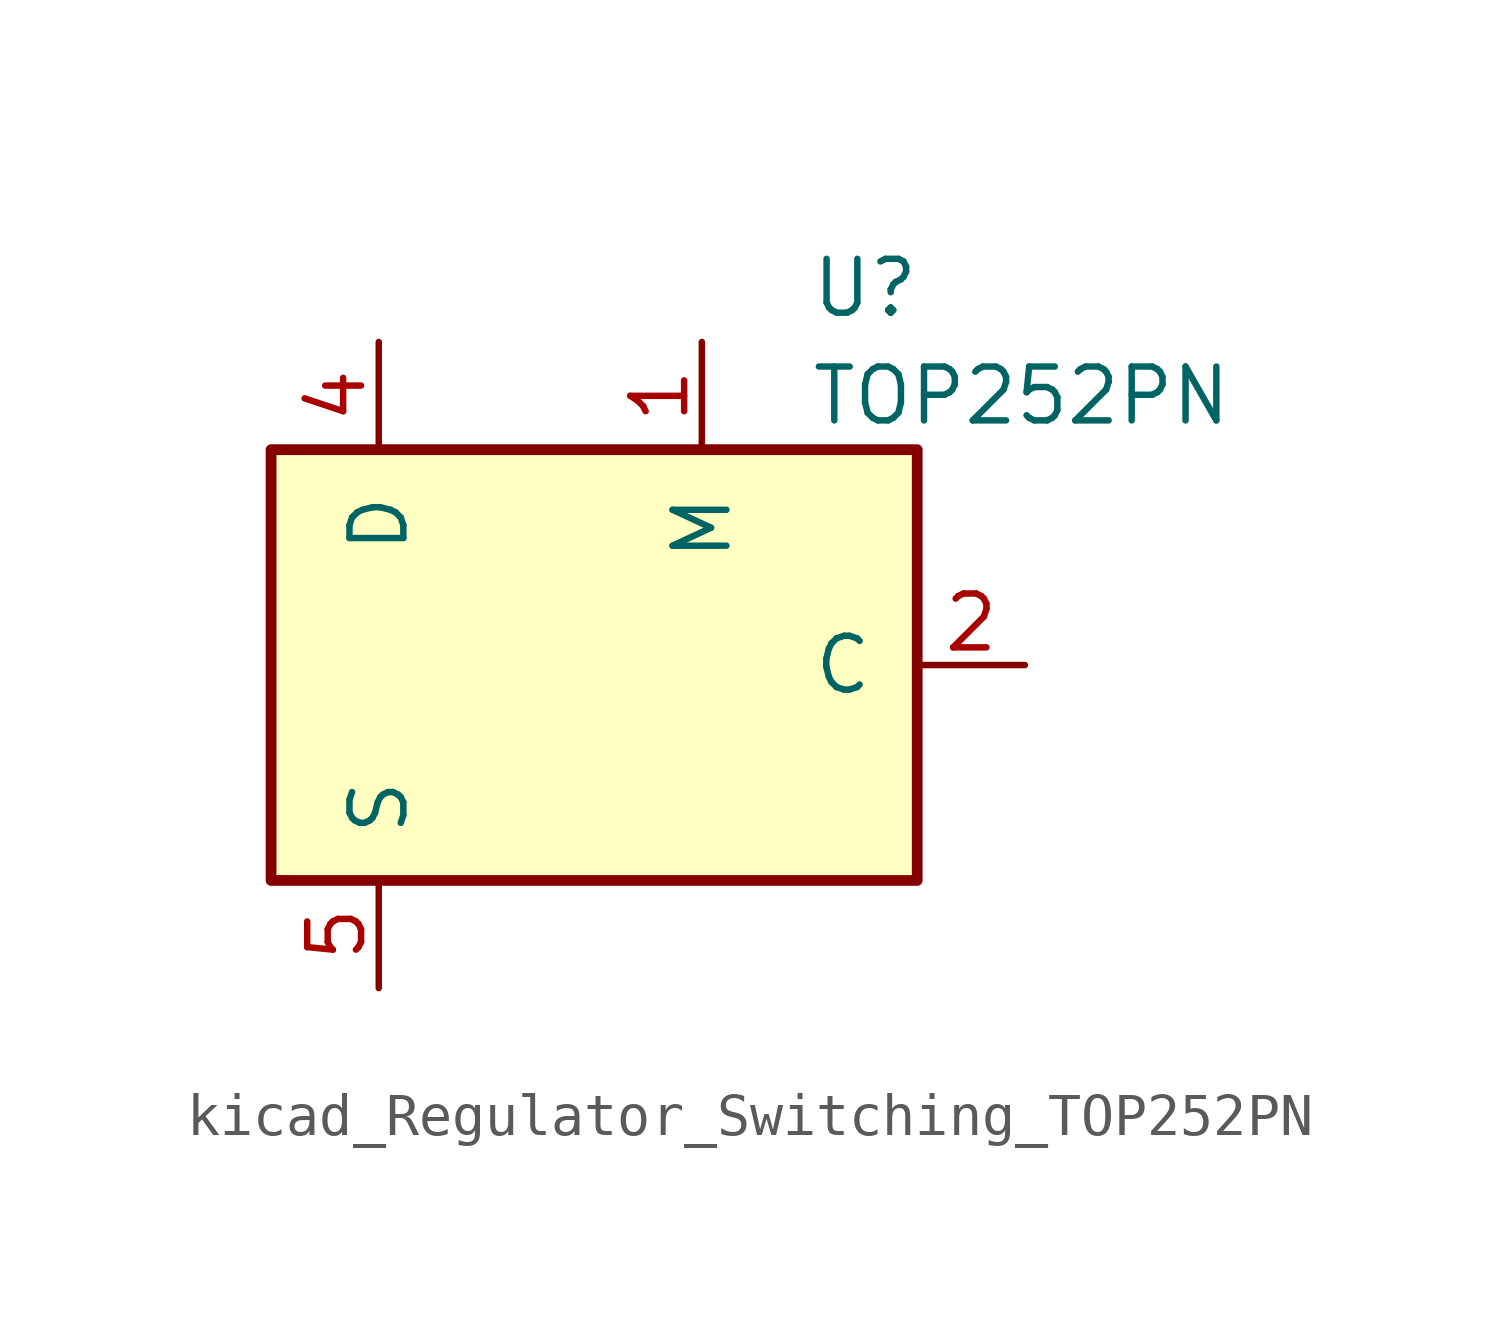
<source format=kicad_sym>
(kicad_symbol_lib
  (version 20220914)
  (generator kicad_symbol_editor)
  (symbol "kicad_Regulator_Switching_TOP252PN"
    (pin_names
      (offset 1.016))
    (property "Reference" "U"
      (at 5.08 8.89 0)
      (effects (font (size 1.27 1.27)) (justify left)))
    (property "Value" "TOP252PN"
      (at 5.08 6.35 0)
      (effects (font (size 1.27 1.27)) (justify left)))
    (symbol "kicad_Regulator_Switching_TOP252PN_0_1"
      (rectangle (start -7.62 5.08) (end 7.62 -5.08) (stroke (width 0.254) (type default)) (fill (type background))))
    (symbol "kicad_Regulator_Switching_TOP252PN_1_1"
      (pin input line (at 2.54 7.62 270) (length 2.54) (name "M" (effects (font (size 1.27 1.27)))) (number "1" (effects (font (size 1.27 1.27)))))
      (pin input line (at 10.16 0 180) (length 2.54) (name "C" (effects (font (size 1.27 1.27)))) (number "2" (effects (font (size 1.27 1.27)))))
      (pin open_collector line (at -5.08 7.62 270) (length 2.54) (name "D" (effects (font (size 1.27 1.27)))) (number "4" (effects (font (size 1.27 1.27)))))
      (pin power_in line (at -5.08 -7.62 90) (length 2.54) (name "S" (effects (font (size 1.27 1.27)))) (number "5" (effects (font (size 1.27 1.27)))))
      (pin passive line (at -5.08 -7.62 90) (length 2.54) hide (name "S" (effects (font (size 1.27 1.27)))) (number "6" (effects (font (size 1.27 1.27)))))
      (pin passive line (at -5.08 -7.62 90) (length 2.54) hide (name "S" (effects (font (size 1.27 1.27)))) (number "7" (effects (font (size 1.27 1.27)))))
      (pin passive line (at -5.08 -7.62 90) (length 2.54) hide (name "S" (effects (font (size 1.27 1.27)))) (number "8" (effects (font (size 1.27 1.27))))))))
</source>
